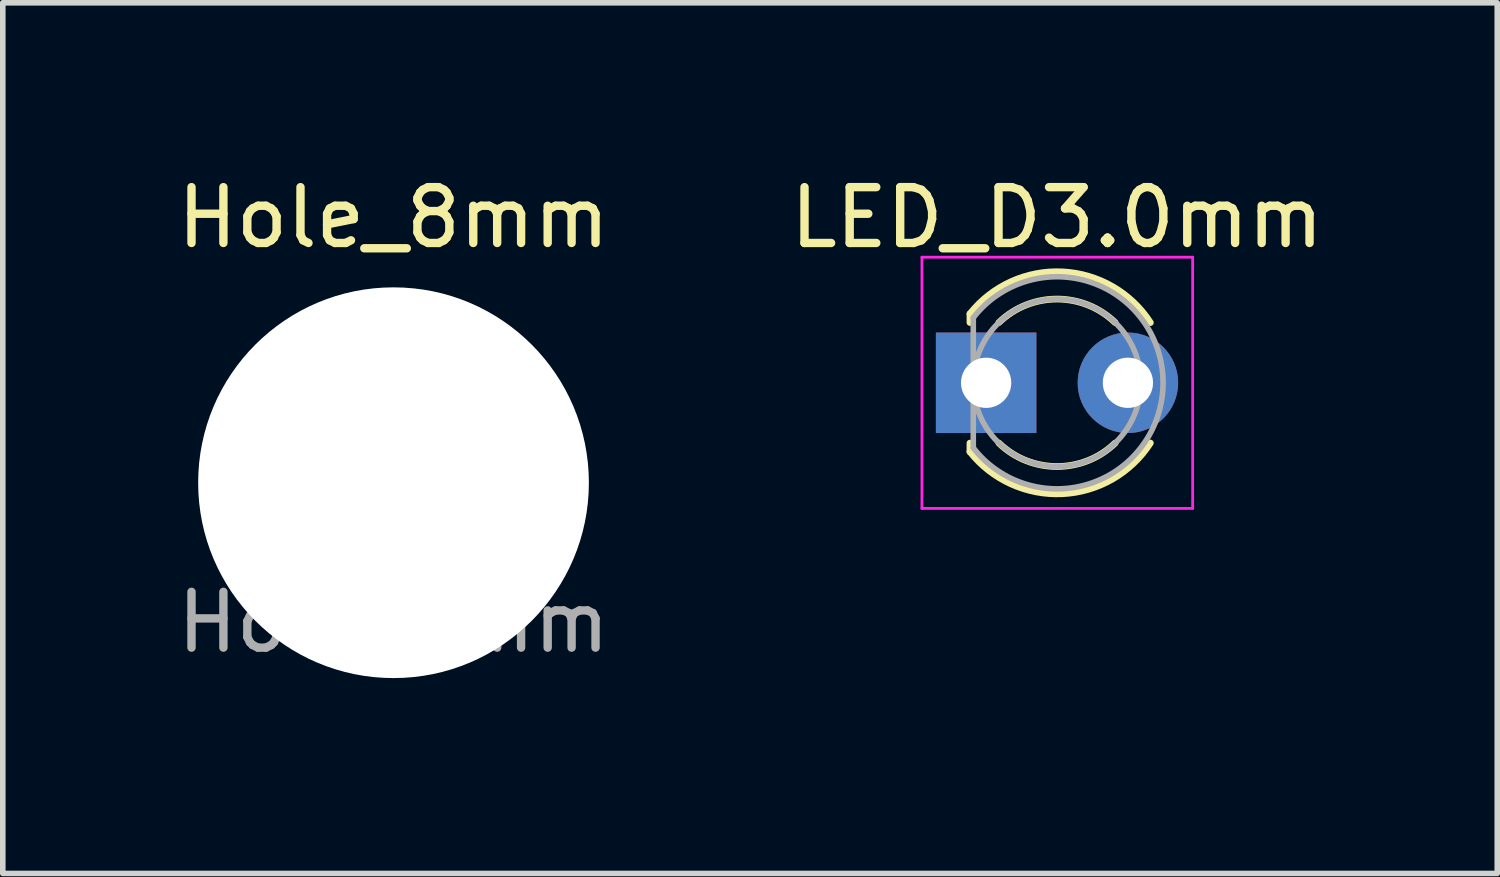
<source format=kicad_pcb>
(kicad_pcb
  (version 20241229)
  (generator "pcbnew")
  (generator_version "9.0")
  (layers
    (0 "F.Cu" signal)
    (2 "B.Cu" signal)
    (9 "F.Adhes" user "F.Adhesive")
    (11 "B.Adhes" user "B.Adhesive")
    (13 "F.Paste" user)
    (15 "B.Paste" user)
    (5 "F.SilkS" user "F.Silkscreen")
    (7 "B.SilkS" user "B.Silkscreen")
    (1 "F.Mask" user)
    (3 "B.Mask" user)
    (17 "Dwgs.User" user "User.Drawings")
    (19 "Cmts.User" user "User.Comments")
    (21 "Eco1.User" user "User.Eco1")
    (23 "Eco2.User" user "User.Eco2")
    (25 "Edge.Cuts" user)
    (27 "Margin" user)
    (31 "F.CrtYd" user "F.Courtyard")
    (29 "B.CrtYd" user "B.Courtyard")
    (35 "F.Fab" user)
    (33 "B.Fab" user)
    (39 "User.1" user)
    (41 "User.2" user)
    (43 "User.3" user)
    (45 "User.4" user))
  (footprint "LED_D3.0mm"
    (layer "F.Cu")
    (at 15.887 3.808)
    (property "Reference" "LED_D3.0mm" (at 0 -2.96 0) (layer "F.SilkS") (effects (font (size 1 1) (thickness 0.15))))
    (attr through_hole)
    (fp_line (start -1.56 -1.236) (end -1.56 -1.08) (stroke (width 0.12) (type solid)) (layer "F.SilkS"))
    (fp_line (start -1.56 1.08) (end -1.56 1.236) (stroke (width 0.12) (type solid)) (layer "F.SilkS"))
    (fp_arc (start -1.56 -1.235516) (mid 0.096487 -1.987659) (end 1.672335 -1.078608) (stroke (width 0.12) (type solid)) (layer "F.SilkS"))
    (fp_arc (start -1.040961 -1.08) (mid 0.000117 -1.5) (end 1.04113 -1.079837) (stroke (width 0.12) (type solid)) (layer "F.SilkS"))
    (fp_arc (start 1.04113 1.079837) (mid 0.000117 1.5) (end -1.040961 1.08) (stroke (width 0.12) (type solid)) (layer "F.SilkS"))
    (fp_arc (start 1.672335 1.078608) (mid 0.096487 1.987659) (end -1.56 1.235516) (stroke (width 0.12) (type solid)) (layer "F.SilkS"))
    (fp_line (start -2.42 -2.25) (end -2.42 2.25) (stroke (width 0.05) (type solid)) (layer "F.CrtYd"))
    (fp_line (start -2.42 2.25) (end 2.43 2.25) (stroke (width 0.05) (type solid)) (layer "F.CrtYd"))
    (fp_line (start 2.43 -2.25) (end -2.42 -2.25) (stroke (width 0.05) (type solid)) (layer "F.CrtYd"))
    (fp_line (start 2.43 2.25) (end 2.43 -2.25) (stroke (width 0.05) (type solid)) (layer "F.CrtYd"))
    (fp_line (start -1.5 -1.166) (end -1.5 1.166) (stroke (width 0.1) (type solid)) (layer "F.Fab"))
    (fp_arc (start -1.5 -1.16619) (mid 1.9 0.000452) (end -1.500555 1.165476) (stroke (width 0.1) (type solid)) (layer "F.Fab"))
    (fp_circle (center 0 0) (end 1.5 0) (stroke (width 0.1) (type solid)) (fill no) (layer "F.Fab"))
    (pad "1" thru_hole rect (at -1.27 0) (size 1.8 1.8) (drill 0.9) (layers "*.Cu" "*.Mask"))
    (pad "2" thru_hole circle (at 1.27 0) (size 1.8 1.8) (drill 0.9) (layers "*.Cu" "*.Mask")))
  (footprint "Hole_8mm"
    (layer "F.Cu")
    (at 4 5.598)
    (property "Reference" "Hole_8mm" (at 0 -4.75 0) (unlocked yes) (layer "F.SilkS") (effects (font (size 1 1) (thickness 0.15))))
    (fp_text user "${REFERENCE}" (at 0 2.5 0) (unlocked yes) (layer "F.Fab") (effects (font (size 1 1) (thickness 0.15))))
    (pad "" np_thru_hole circle (at 0 0) (size 7 7) (drill 8) (layers "*.Cu" "*.Mask")))
  (gr_rect
    (start -3 -3)
    (end 23.774 12.598)
    (stroke (width 0.1) (type default))
    (fill no)
    (layer "Edge.Cuts")))
</source>
